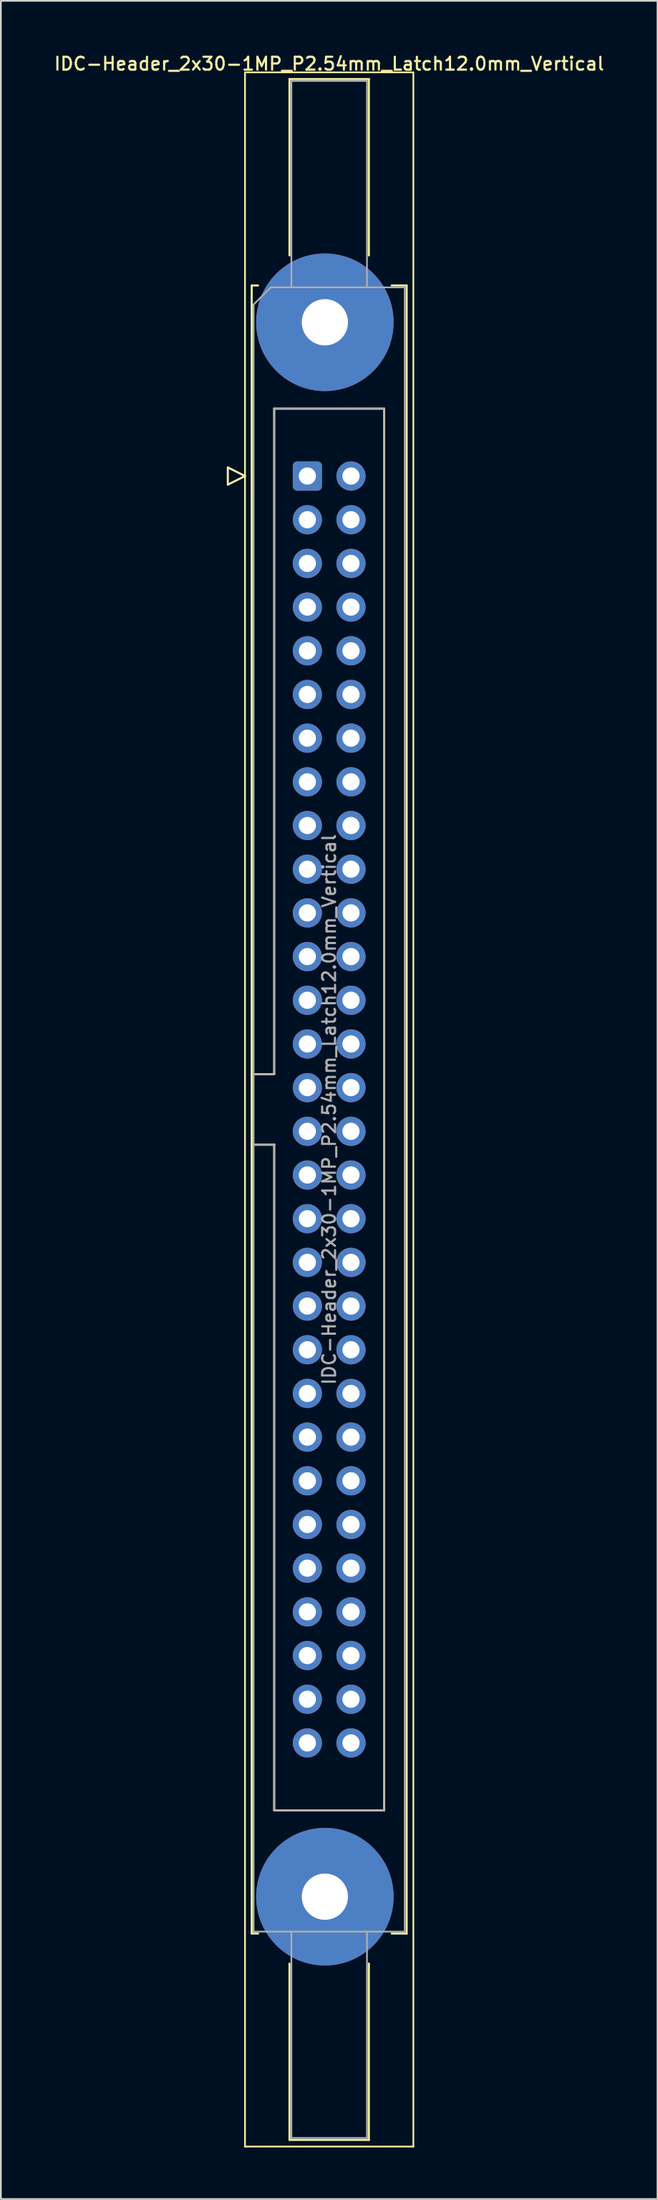
<source format=kicad_pcb>
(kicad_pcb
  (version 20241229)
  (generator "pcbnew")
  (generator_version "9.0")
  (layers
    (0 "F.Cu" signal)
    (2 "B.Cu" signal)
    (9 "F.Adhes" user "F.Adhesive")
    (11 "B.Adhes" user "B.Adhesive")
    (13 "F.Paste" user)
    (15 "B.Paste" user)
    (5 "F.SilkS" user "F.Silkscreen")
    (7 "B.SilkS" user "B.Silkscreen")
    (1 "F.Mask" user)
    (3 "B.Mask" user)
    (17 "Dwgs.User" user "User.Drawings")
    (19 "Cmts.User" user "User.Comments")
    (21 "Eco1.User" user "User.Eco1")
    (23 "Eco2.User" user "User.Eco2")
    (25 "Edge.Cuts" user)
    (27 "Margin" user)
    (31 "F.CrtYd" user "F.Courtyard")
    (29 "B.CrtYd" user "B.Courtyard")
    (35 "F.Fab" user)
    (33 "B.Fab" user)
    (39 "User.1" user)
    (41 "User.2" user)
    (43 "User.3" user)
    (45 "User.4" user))
  (footprint "IDC-Header_2x30-1MP_P2.54mm_Latch12.0mm_Vertical"
    (layer "F.Cu")
    (at 14.842 24.628)
    (property "Reference" "IDC-Header_2x30-1MP_P2.54mm_Latch12.0mm_Vertical" (at 1.27 -23.97 0) (layer "F.SilkS") (effects (font (size 0.75 0.75) (thickness 0.125))))
    (attr through_hole)
    (fp_line (start -4.63 -0.5) (end -4.63 0.5) (stroke (width 0.12) (type solid)) (layer "F.SilkS"))
    (fp_line (start -4.63 0.5) (end -3.63 0) (stroke (width 0.12) (type solid)) (layer "F.SilkS"))
    (fp_line (start -3.63 -23.47) (end -3.63 97.13) (stroke (width 0.1) (type solid)) (layer "F.SilkS"))
    (fp_line (start -3.63 0) (end -4.63 -0.5) (stroke (width 0.12) (type solid)) (layer "F.SilkS"))
    (fp_line (start -3.63 97.13) (end 6.17 97.13) (stroke (width 0.1) (type solid)) (layer "F.SilkS"))
    (fp_line (start -3.24 -11.08) (end -3.24 84.74) (stroke (width 0.12) (type solid)) (layer "F.SilkS"))
    (fp_line (start -3.24 34.78) (end -1.93 34.78) (stroke (width 0.12) (type solid)) (layer "F.SilkS"))
    (fp_line (start -3.24 84.74) (end -2.87 84.74) (stroke (width 0.12) (type solid)) (layer "F.SilkS"))
    (fp_line (start -2.87 -11.08) (end -3.24 -11.08) (stroke (width 0.12) (type solid)) (layer "F.SilkS"))
    (fp_line (start -1.93 -3.92) (end 4.47 -3.92) (stroke (width 0.12) (type solid)) (layer "F.SilkS"))
    (fp_line (start -1.93 34.78) (end -1.93 -3.92) (stroke (width 0.12) (type solid)) (layer "F.SilkS"))
    (fp_line (start -1.93 38.88) (end -3.24 38.88) (stroke (width 0.12) (type solid)) (layer "F.SilkS"))
    (fp_line (start -1.93 38.88) (end -1.93 38.88) (stroke (width 0.12) (type solid)) (layer "F.SilkS"))
    (fp_line (start -1.93 77.58) (end -1.93 38.88) (stroke (width 0.12) (type solid)) (layer "F.SilkS"))
    (fp_line (start -1.04 -23.08) (end 3.58 -23.08) (stroke (width 0.12) (type solid)) (layer "F.SilkS"))
    (fp_line (start -1.04 -12.83) (end -1.04 -23.08) (stroke (width 0.12) (type solid)) (layer "F.SilkS"))
    (fp_line (start -1.04 86.49) (end -1.04 96.74) (stroke (width 0.12) (type solid)) (layer "F.SilkS"))
    (fp_line (start -1.04 96.74) (end 3.58 96.74) (stroke (width 0.12) (type solid)) (layer "F.SilkS"))
    (fp_line (start 3.58 -23.08) (end 3.58 -12.83) (stroke (width 0.12) (type solid)) (layer "F.SilkS"))
    (fp_line (start 3.58 96.74) (end 3.58 86.49) (stroke (width 0.12) (type solid)) (layer "F.SilkS"))
    (fp_line (start 4.47 -3.92) (end 4.47 77.58) (stroke (width 0.12) (type solid)) (layer "F.SilkS"))
    (fp_line (start 4.47 77.58) (end -1.93 77.58) (stroke (width 0.12) (type solid)) (layer "F.SilkS"))
    (fp_line (start 4.91 -11.08) (end 5.78 -11.08) (stroke (width 0.12) (type solid)) (layer "F.SilkS"))
    (fp_line (start 5.78 -11.08) (end 5.78 84.74) (stroke (width 0.12) (type solid)) (layer "F.SilkS"))
    (fp_line (start 5.78 84.74) (end 4.91 84.74) (stroke (width 0.12) (type solid)) (layer "F.SilkS"))
    (fp_line (start 6.17 -23.47) (end -3.63 -23.47) (stroke (width 0.1) (type solid)) (layer "F.SilkS"))
    (fp_line (start 6.17 97.13) (end 6.17 -23.47) (stroke (width 0.1) (type solid)) (layer "F.SilkS"))
    (fp_line (start -3.13 -9.97) (end -2.13 -10.97) (stroke (width 0.1) (type solid)) (layer "F.Fab"))
    (fp_line (start -3.13 34.78) (end -1.93 34.78) (stroke (width 0.1) (type solid)) (layer "F.Fab"))
    (fp_line (start -3.13 84.63) (end -3.13 -9.97) (stroke (width 0.1) (type solid)) (layer "F.Fab"))
    (fp_line (start -2.13 -10.97) (end 5.67 -10.97) (stroke (width 0.1) (type solid)) (layer "F.Fab"))
    (fp_line (start -1.93 -3.92) (end 4.47 -3.92) (stroke (width 0.1) (type solid)) (layer "F.Fab"))
    (fp_line (start -1.93 34.78) (end -1.93 -3.92) (stroke (width 0.1) (type solid)) (layer "F.Fab"))
    (fp_line (start -1.93 38.88) (end -3.13 38.88) (stroke (width 0.1) (type solid)) (layer "F.Fab"))
    (fp_line (start -1.93 38.88) (end -1.93 38.88) (stroke (width 0.1) (type solid)) (layer "F.Fab"))
    (fp_line (start -1.93 77.58) (end -1.93 38.88) (stroke (width 0.1) (type solid)) (layer "F.Fab"))
    (fp_line (start -0.93 -22.97) (end 3.47 -22.97) (stroke (width 0.1) (type solid)) (layer "F.Fab"))
    (fp_line (start -0.93 -10.97) (end -0.93 -22.97) (stroke (width 0.1) (type solid)) (layer "F.Fab"))
    (fp_line (start -0.93 84.63) (end -0.93 96.63) (stroke (width 0.1) (type solid)) (layer "F.Fab"))
    (fp_line (start -0.93 96.63) (end 3.47 96.63) (stroke (width 0.1) (type solid)) (layer "F.Fab"))
    (fp_line (start 3.47 -22.97) (end 3.47 -10.97) (stroke (width 0.1) (type solid)) (layer "F.Fab"))
    (fp_line (start 3.47 96.63) (end 3.47 84.63) (stroke (width 0.1) (type solid)) (layer "F.Fab"))
    (fp_line (start 4.47 -3.92) (end 4.47 77.58) (stroke (width 0.1) (type solid)) (layer "F.Fab"))
    (fp_line (start 4.47 77.58) (end -1.93 77.58) (stroke (width 0.1) (type solid)) (layer "F.Fab"))
    (fp_line (start 5.67 -10.97) (end 5.67 84.63) (stroke (width 0.1) (type solid)) (layer "F.Fab"))
    (fp_line (start 5.67 84.63) (end -3.13 84.63) (stroke (width 0.1) (type solid)) (layer "F.Fab"))
    (fp_text user "${REFERENCE}" (at 1.27 36.83 90) (layer "F.Fab") (effects (font (size 0.75 0.75) (thickness 0.125))))
    (pad "1" thru_hole roundrect (at 0 0) (size 1.7 1.7) (drill 1) (layers "*.Cu" "*.Mask") (roundrect_rratio 0.147))
    (pad "2" thru_hole circle (at 2.54 0) (size 1.7 1.7) (drill 1) (layers "*.Cu" "*.Mask"))
    (pad "3" thru_hole circle (at 0 2.54) (size 1.7 1.7) (drill 1) (layers "*.Cu" "*.Mask"))
    (pad "4" thru_hole circle (at 2.54 2.54) (size 1.7 1.7) (drill 1) (layers "*.Cu" "*.Mask"))
    (pad "5" thru_hole circle (at 0 5.08) (size 1.7 1.7) (drill 1) (layers "*.Cu" "*.Mask"))
    (pad "6" thru_hole circle (at 2.54 5.08) (size 1.7 1.7) (drill 1) (layers "*.Cu" "*.Mask"))
    (pad "7" thru_hole circle (at 0 7.62) (size 1.7 1.7) (drill 1) (layers "*.Cu" "*.Mask"))
    (pad "8" thru_hole circle (at 2.54 7.62) (size 1.7 1.7) (drill 1) (layers "*.Cu" "*.Mask"))
    (pad "9" thru_hole circle (at 0 10.16) (size 1.7 1.7) (drill 1) (layers "*.Cu" "*.Mask"))
    (pad "10" thru_hole circle (at 2.54 10.16) (size 1.7 1.7) (drill 1) (layers "*.Cu" "*.Mask"))
    (pad "11" thru_hole circle (at 0 12.7) (size 1.7 1.7) (drill 1) (layers "*.Cu" "*.Mask"))
    (pad "12" thru_hole circle (at 2.54 12.7) (size 1.7 1.7) (drill 1) (layers "*.Cu" "*.Mask"))
    (pad "13" thru_hole circle (at 0 15.24) (size 1.7 1.7) (drill 1) (layers "*.Cu" "*.Mask"))
    (pad "14" thru_hole circle (at 2.54 15.24) (size 1.7 1.7) (drill 1) (layers "*.Cu" "*.Mask"))
    (pad "15" thru_hole circle (at 0 17.78) (size 1.7 1.7) (drill 1) (layers "*.Cu" "*.Mask"))
    (pad "16" thru_hole circle (at 2.54 17.78) (size 1.7 1.7) (drill 1) (layers "*.Cu" "*.Mask"))
    (pad "17" thru_hole circle (at 0 20.32) (size 1.7 1.7) (drill 1) (layers "*.Cu" "*.Mask"))
    (pad "18" thru_hole circle (at 2.54 20.32) (size 1.7 1.7) (drill 1) (layers "*.Cu" "*.Mask"))
    (pad "19" thru_hole circle (at 0 22.86) (size 1.7 1.7) (drill 1) (layers "*.Cu" "*.Mask"))
    (pad "20" thru_hole circle (at 2.54 22.86) (size 1.7 1.7) (drill 1) (layers "*.Cu" "*.Mask"))
    (pad "21" thru_hole circle (at 0 25.4) (size 1.7 1.7) (drill 1) (layers "*.Cu" "*.Mask"))
    (pad "22" thru_hole circle (at 2.54 25.4) (size 1.7 1.7) (drill 1) (layers "*.Cu" "*.Mask"))
    (pad "23" thru_hole circle (at 0 27.94) (size 1.7 1.7) (drill 1) (layers "*.Cu" "*.Mask"))
    (pad "24" thru_hole circle (at 2.54 27.94) (size 1.7 1.7) (drill 1) (layers "*.Cu" "*.Mask"))
    (pad "25" thru_hole circle (at 0 30.48) (size 1.7 1.7) (drill 1) (layers "*.Cu" "*.Mask"))
    (pad "26" thru_hole circle (at 2.54 30.48) (size 1.7 1.7) (drill 1) (layers "*.Cu" "*.Mask"))
    (pad "27" thru_hole circle (at 0 33.02) (size 1.7 1.7) (drill 1) (layers "*.Cu" "*.Mask"))
    (pad "28" thru_hole circle (at 2.54 33.02) (size 1.7 1.7) (drill 1) (layers "*.Cu" "*.Mask"))
    (pad "29" thru_hole circle (at 0 35.56) (size 1.7 1.7) (drill 1) (layers "*.Cu" "*.Mask"))
    (pad "30" thru_hole circle (at 2.54 35.56) (size 1.7 1.7) (drill 1) (layers "*.Cu" "*.Mask"))
    (pad "31" thru_hole circle (at 0 38.1) (size 1.7 1.7) (drill 1) (layers "*.Cu" "*.Mask"))
    (pad "32" thru_hole circle (at 2.54 38.1) (size 1.7 1.7) (drill 1) (layers "*.Cu" "*.Mask"))
    (pad "33" thru_hole circle (at 0 40.64) (size 1.7 1.7) (drill 1) (layers "*.Cu" "*.Mask"))
    (pad "34" thru_hole circle (at 2.54 40.64) (size 1.7 1.7) (drill 1) (layers "*.Cu" "*.Mask"))
    (pad "35" thru_hole circle (at 0 43.18) (size 1.7 1.7) (drill 1) (layers "*.Cu" "*.Mask"))
    (pad "36" thru_hole circle (at 2.54 43.18) (size 1.7 1.7) (drill 1) (layers "*.Cu" "*.Mask"))
    (pad "37" thru_hole circle (at 0 45.72) (size 1.7 1.7) (drill 1) (layers "*.Cu" "*.Mask"))
    (pad "38" thru_hole circle (at 2.54 45.72) (size 1.7 1.7) (drill 1) (layers "*.Cu" "*.Mask"))
    (pad "39" thru_hole circle (at 0 48.26) (size 1.7 1.7) (drill 1) (layers "*.Cu" "*.Mask"))
    (pad "40" thru_hole circle (at 2.54 48.26) (size 1.7 1.7) (drill 1) (layers "*.Cu" "*.Mask"))
    (pad "41" thru_hole circle (at 0 50.8) (size 1.7 1.7) (drill 1) (layers "*.Cu" "*.Mask"))
    (pad "42" thru_hole circle (at 2.54 50.8) (size 1.7 1.7) (drill 1) (layers "*.Cu" "*.Mask"))
    (pad "43" thru_hole circle (at 0 53.34) (size 1.7 1.7) (drill 1) (layers "*.Cu" "*.Mask"))
    (pad "44" thru_hole circle (at 2.54 53.34) (size 1.7 1.7) (drill 1) (layers "*.Cu" "*.Mask"))
    (pad "45" thru_hole circle (at 0 55.88) (size 1.7 1.7) (drill 1) (layers "*.Cu" "*.Mask"))
    (pad "46" thru_hole circle (at 2.54 55.88) (size 1.7 1.7) (drill 1) (layers "*.Cu" "*.Mask"))
    (pad "47" thru_hole circle (at 0 58.42) (size 1.7 1.7) (drill 1) (layers "*.Cu" "*.Mask"))
    (pad "48" thru_hole circle (at 2.54 58.42) (size 1.7 1.7) (drill 1) (layers "*.Cu" "*.Mask"))
    (pad "49" thru_hole circle (at 0 60.96) (size 1.7 1.7) (drill 1) (layers "*.Cu" "*.Mask"))
    (pad "50" thru_hole circle (at 2.54 60.96) (size 1.7 1.7) (drill 1) (layers "*.Cu" "*.Mask"))
    (pad "51" thru_hole circle (at 0 63.5) (size 1.7 1.7) (drill 1) (layers "*.Cu" "*.Mask"))
    (pad "52" thru_hole circle (at 2.54 63.5) (size 1.7 1.7) (drill 1) (layers "*.Cu" "*.Mask"))
    (pad "53" thru_hole circle (at 0 66.04) (size 1.7 1.7) (drill 1) (layers "*.Cu" "*.Mask"))
    (pad "54" thru_hole circle (at 2.54 66.04) (size 1.7 1.7) (drill 1) (layers "*.Cu" "*.Mask"))
    (pad "55" thru_hole circle (at 0 68.58) (size 1.7 1.7) (drill 1) (layers "*.Cu" "*.Mask"))
    (pad "56" thru_hole circle (at 2.54 68.58) (size 1.7 1.7) (drill 1) (layers "*.Cu" "*.Mask"))
    (pad "57" thru_hole circle (at 0 71.12) (size 1.7 1.7) (drill 1) (layers "*.Cu" "*.Mask"))
    (pad "58" thru_hole circle (at 2.54 71.12) (size 1.7 1.7) (drill 1) (layers "*.Cu" "*.Mask"))
    (pad "59" thru_hole circle (at 0 73.66) (size 1.7 1.7) (drill 1) (layers "*.Cu" "*.Mask"))
    (pad "60" thru_hole circle (at 2.54 73.66) (size 1.7 1.7) (drill 1) (layers "*.Cu" "*.Mask"))
    (pad "MP" thru_hole circle (at 1.02 -8.94) (size 8 8) (drill 2.69) (layers "*.Cu" "*.Mask"))
    (pad "MP" thru_hole circle (at 1.02 82.6) (size 8 8) (drill 2.69) (layers "*.Cu" "*.Mask")))
  (gr_rect
    (start -3 -3)
    (end 35.225 124.808)
    (stroke (width 0.1) (type default))
    (fill no)
    (layer "Edge.Cuts")))
</source>
